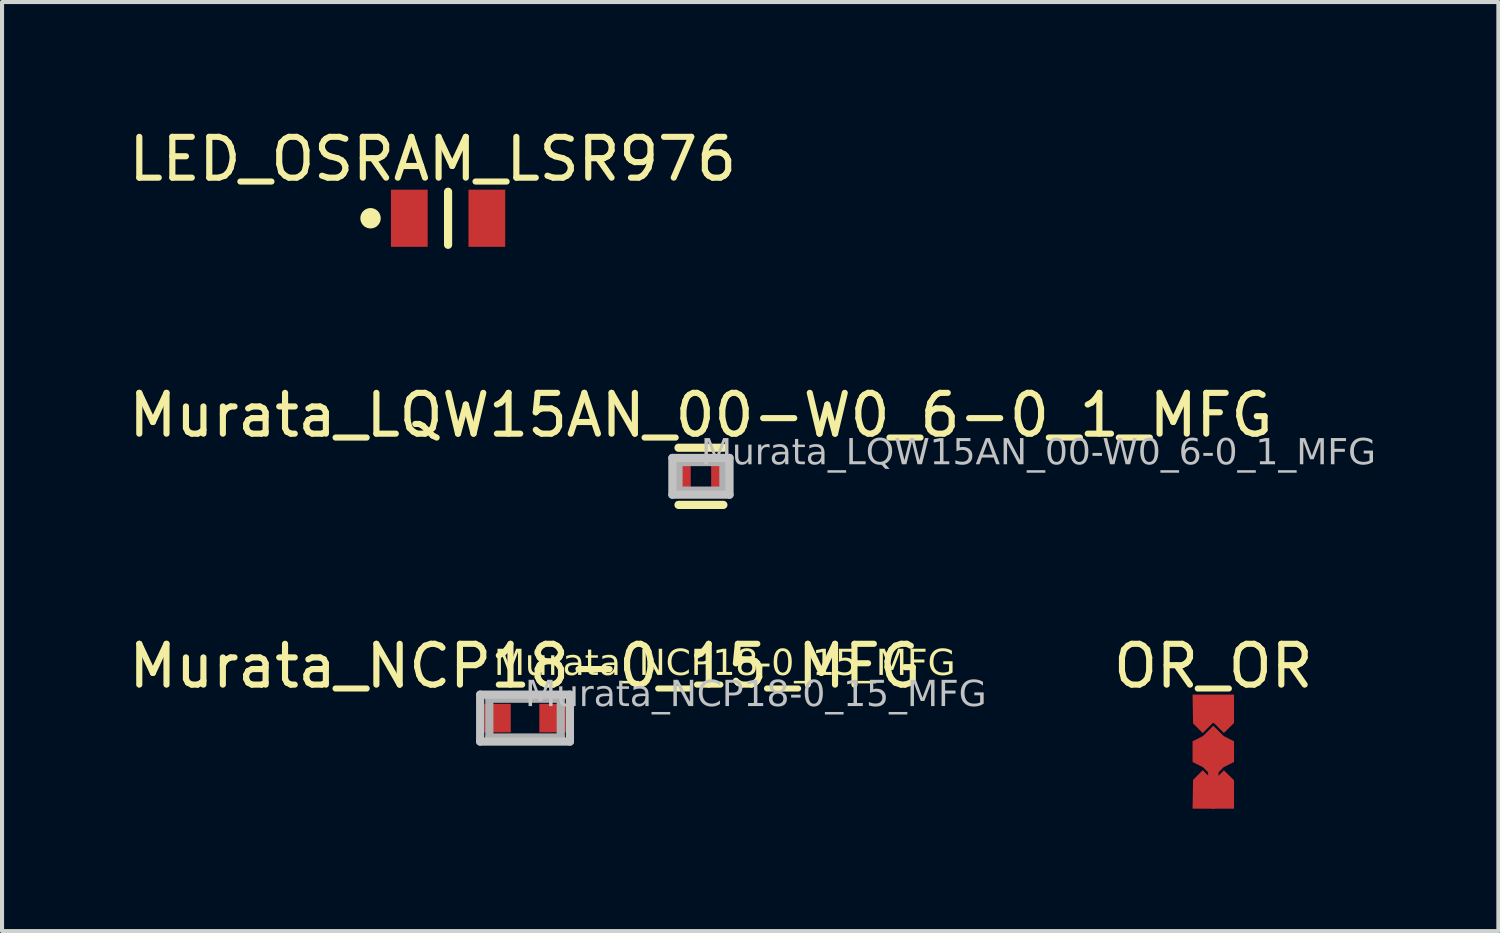
<source format=kicad_pcb>
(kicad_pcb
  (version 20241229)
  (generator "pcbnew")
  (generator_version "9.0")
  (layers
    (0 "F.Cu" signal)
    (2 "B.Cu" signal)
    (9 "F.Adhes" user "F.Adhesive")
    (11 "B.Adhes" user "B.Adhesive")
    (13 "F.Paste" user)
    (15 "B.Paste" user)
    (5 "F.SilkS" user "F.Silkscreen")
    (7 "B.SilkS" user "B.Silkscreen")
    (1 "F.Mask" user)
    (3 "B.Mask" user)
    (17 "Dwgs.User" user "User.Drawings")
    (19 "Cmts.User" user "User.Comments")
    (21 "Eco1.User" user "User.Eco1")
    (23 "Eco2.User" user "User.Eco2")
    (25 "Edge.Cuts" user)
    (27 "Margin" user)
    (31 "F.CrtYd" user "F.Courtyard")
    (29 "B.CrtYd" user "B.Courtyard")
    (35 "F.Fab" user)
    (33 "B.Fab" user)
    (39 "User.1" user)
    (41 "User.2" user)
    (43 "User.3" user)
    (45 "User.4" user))
  (footprint "OR_OR"
    (layer "F.Cu")
    (at 26.679 15.367)
    (property "Reference" "OR_OR" (at 0 -2.097 0) (layer "F.SilkS") (effects (font (size 1 1) (thickness 0.15))))
    (fp_line (start 0 1.27) (end 0 0) (stroke (width 0.254) (type solid)) (layer "F.Cu"))
    (fp_rect (start -0.381 1.27) (end 0.381 -1.27) (stroke (width 0) (type default)) (fill yes) (layer "F.Mask"))
    (pad "" smd custom (at 0.508 -1.397) (size 0.000001 0.000001) (layers "F.Cu") (options (anchor circle)) (primitives (gr_poly (pts (xy 0 0) (xy 0 0.696) (xy -0.249 0.939) (xy -0.493 0.695) (xy -0.52 0.695) (xy -0.52 0.696) (xy -0.767 0.943) (xy -1.004 0.705) (xy -1.016 0)) (width 0) (fill yes))))
    (pad "" smd custom (at 0.508 -0.254) (size 0.000001 0.000001) (layers "F.Cu") (options (anchor circle)) (primitives (gr_poly (pts (xy 0 0) (xy -0.254 -0.127) (xy -0.508 -0.381) (xy -0.762 -0.127) (xy -1.016 0) (xy -1.016 0.508) (xy -0.762 0.635) (xy -0.508 0.889) (xy -0.254 0.635) (xy 0 0.508)) (width 0) (fill yes))))
    (pad "" smd custom (at 0.508 1.397) (size 0.000001 0.000001) (layers "F.Cu") (options (anchor circle)) (primitives (gr_poly (pts (xy 0 0) (xy 0 -0.696) (xy -0.249 -0.939) (xy -0.493 -0.695) (xy -0.52 -0.695) (xy -0.52 -0.696) (xy -0.767 -0.943) (xy -1.004 -0.705) (xy -1.016 0)) (width 0) (fill yes))))
    (pad "0" smd rect (at 0 0) (size 0.5 0.2) (layers "F.Cu" "F.Mask" "F.Paste"))
    (pad "1" smd rect (at 0 -1.27) (size 0.5 0.2) (layers "F.Cu" "F.Mask" "F.Paste"))
    (pad "2" smd rect (at 0 1.27) (size 0.5 0.2) (layers "F.Cu" "F.Mask" "F.Paste")))
  (footprint "Murata_NCP18-0_15_MFG"
    (layer "F.Cu")
    (at 9.815 14.545)
    (property "Reference" "Murata_NCP18-0_15_MFG" (at 0 -1.275 0) (layer "F.SilkS") (effects (font (size 1 1) (thickness 0.15))))
    (fp_line (start -1.1 -0.575) (end 1.1 -0.575) (stroke (width 0.2) (type solid)) (layer "Dwgs.User"))
    (fp_line (start -1.1 0.575) (end -1.1 -0.575) (stroke (width 0.2) (type solid)) (layer "Dwgs.User"))
    (fp_line (start -1.1 0.575) (end 1.1 0.575) (stroke (width 0.2) (type solid)) (layer "Dwgs.User"))
    (fp_line (start 1.1 0.575) (end 1.1 -0.575) (stroke (width 0.2) (type solid)) (layer "Dwgs.User"))
    (fp_line (start -1.1 -0.575) (end 1.1 -0.575) (stroke (width 0.2) (type solid)) (layer "Eco2.User"))
    (fp_line (start -1.1 0.575) (end -1.1 -0.575) (stroke (width 0.2) (type solid)) (layer "Eco2.User"))
    (fp_line (start -1.1 0.575) (end 1.1 0.575) (stroke (width 0.2) (type solid)) (layer "Eco2.User"))
    (fp_line (start -0.5 0) (end 0.5 0) (stroke (width 0.1) (type solid)) (layer "Eco2.User"))
    (fp_line (start 0 0.5) (end 0 -0.5) (stroke (width 0.1) (type solid)) (layer "Eco2.User"))
    (fp_line (start 1.1 0.575) (end 1.1 -0.575) (stroke (width 0.2) (type solid)) (layer "Eco2.User"))
    (fp_line (start -0.875 -0.475) (end 0.875 -0.475) (stroke (width 0.2) (type solid)) (layer "F.Fab"))
    (fp_line (start -0.875 0.475) (end -0.875 -0.475) (stroke (width 0.2) (type solid)) (layer "F.Fab"))
    (fp_line (start -0.875 0.475) (end 0.875 0.475) (stroke (width 0.2) (type solid)) (layer "F.Fab"))
    (fp_line (start 0.875 0.475) (end 0.875 -0.475) (stroke (width 0.2) (type solid)) (layer "F.Fab"))
    (fp_text user "${REFERENCE}" (at -0.762 -0.95 0) (unlocked yes) (layer "F.SilkS") (effects (font (face "Arial") (size 0.63 0.63) (thickness 0.1)) (justify left bottom)))
    (fp_text user "${REFERENCE}" (at -0.00001 -0.188 0) (unlocked yes) (layer "Dwgs.User") (effects (font (face "Arial") (size 0.63 0.63) (thickness 0.1)) (justify left bottom)))
    (pad "1" smd rect (at -0.675 0) (size 0.65 0.7) (layers "F.Cu" "F.Mask" "F.Paste"))
    (pad "2" smd rect (at 0.675 0) (size 0.65 0.7) (layers "F.Cu" "F.Mask" "F.Paste")))
  (footprint "Murata_LQW15AN_00-W0_6-0_1_MFG"
    (layer "F.Cu")
    (at 14.125 8.621)
    (property "Reference" "Murata_LQW15AN_00-W0_6-0_1_MFG" (at 0 -1.5 0) (layer "F.SilkS") (effects (font (size 1 1) (thickness 0.15))))
    (fp_line (start -0.55 -0.7) (end 0.55 -0.7) (stroke (width 0.2) (type solid)) (layer "F.SilkS"))
    (fp_line (start -0.55 0.7) (end 0.55 0.7) (stroke (width 0.2) (type solid)) (layer "F.SilkS"))
    (fp_line (start -0.7 -0.45) (end 0.7 -0.45) (stroke (width 0.2) (type solid)) (layer "Dwgs.User"))
    (fp_line (start -0.7 0.45) (end -0.7 -0.45) (stroke (width 0.2) (type solid)) (layer "Dwgs.User"))
    (fp_line (start -0.7 0.45) (end 0.7 0.45) (stroke (width 0.2) (type solid)) (layer "Dwgs.User"))
    (fp_line (start 0.7 0.45) (end 0.7 -0.45) (stroke (width 0.2) (type solid)) (layer "Dwgs.User"))
    (fp_line (start -0.7 -0.45) (end 0.7 -0.45) (stroke (width 0.2) (type solid)) (layer "Eco2.User"))
    (fp_line (start -0.7 0.45) (end -0.7 -0.45) (stroke (width 0.2) (type solid)) (layer "Eco2.User"))
    (fp_line (start -0.7 0.45) (end 0.7 0.45) (stroke (width 0.2) (type solid)) (layer "Eco2.User"))
    (fp_line (start -0.5 0) (end 0.5 0) (stroke (width 0.1) (type solid)) (layer "Eco2.User"))
    (fp_line (start 0 0.5) (end 0 -0.5) (stroke (width 0.1) (type solid)) (layer "Eco2.User"))
    (fp_line (start 0.7 0.45) (end 0.7 -0.45) (stroke (width 0.2) (type solid)) (layer "Eco2.User"))
    (fp_line (start -0.55 -0.35) (end 0.55 -0.35) (stroke (width 0.2) (type solid)) (layer "F.Fab"))
    (fp_line (start -0.55 0.35) (end -0.55 -0.35) (stroke (width 0.2) (type solid)) (layer "F.Fab"))
    (fp_line (start -0.55 0.35) (end 0.55 0.35) (stroke (width 0.2) (type solid)) (layer "F.Fab"))
    (fp_line (start 0.55 0.35) (end 0.55 -0.35) (stroke (width 0.2) (type solid)) (layer "F.Fab"))
    (fp_text user "${REFERENCE}" (at -0.00001 -0.188 0) (unlocked yes) (layer "Dwgs.User") (effects (font (face "Arial") (size 0.63 0.63) (thickness 0.1)) (justify left bottom)))
    (pad "1" smd rect (at -0.425 0) (size 0.35 0.65) (layers "F.Cu" "F.Mask" "F.Paste"))
    (pad "2" smd rect (at 0.425 0) (size 0.35 0.65) (layers "F.Cu" "F.Mask" "F.Paste")))
  (footprint "LED_OSRAM_LSR976"
    (layer "F.Cu")
    (at 7.929 2.298)
    (property "Reference" "LED_OSRAM_LSR976" (at -0.375 -1.45 0) (layer "F.SilkS") (effects (font (size 1 1) (thickness 0.15))))
    (fp_line (start 0 0.65) (end 0 -0.65) (stroke (width 0.2) (type solid)) (layer "F.SilkS"))
    (fp_circle (center -1.9 0) (end -1.9 -0.125) (stroke (width 0.25) (type solid)) (fill no) (layer "F.SilkS"))
    (fp_line (start -1.65 -0.95) (end 1.65 -0.95) (stroke (width 0.05) (type solid)) (layer "Eco2.User"))
    (fp_line (start -1.65 0.95) (end -1.65 -0.95) (stroke (width 0.05) (type solid)) (layer "Eco2.User"))
    (fp_line (start -1.65 0.95) (end 1.65 0.95) (stroke (width 0.05) (type solid)) (layer "Eco2.User"))
    (fp_line (start -1.6 -0.9) (end 1.6 -0.9) (stroke (width 0.1) (type solid)) (layer "Eco2.User"))
    (fp_line (start -1.6 0.9) (end -1.6 -0.9) (stroke (width 0.1) (type solid)) (layer "Eco2.User"))
    (fp_line (start -1.6 0.9) (end 1.6 0.9) (stroke (width 0.1) (type solid)) (layer "Eco2.User"))
    (fp_line (start -1.5 0.9) (end -1.5 -0.9) (stroke (width 0.1) (type solid)) (layer "Eco2.User"))
    (fp_line (start -1.4 0.9) (end -1.4 -0.9) (stroke (width 0.1) (type solid)) (layer "Eco2.User"))
    (fp_line (start -1.3 0.9) (end -1.3 -0.9) (stroke (width 0.1) (type solid)) (layer "Eco2.User"))
    (fp_line (start -1.2 0.9) (end -1.2 -0.9) (stroke (width 0.1) (type solid)) (layer "Eco2.User"))
    (fp_line (start -1.1 0.9) (end -1.1 -0.9) (stroke (width 0.1) (type solid)) (layer "Eco2.User"))
    (fp_line (start -1 0.9) (end -1 -0.9) (stroke (width 0.1) (type solid)) (layer "Eco2.User"))
    (fp_line (start -0.9 0.9) (end -0.9 -0.9) (stroke (width 0.1) (type solid)) (layer "Eco2.User"))
    (fp_line (start -0.5 0) (end 0.5 0) (stroke (width 0.05) (type solid)) (layer "Eco2.User"))
    (fp_line (start 0 0.5) (end 0 -0.5) (stroke (width 0.05) (type solid)) (layer "Eco2.User"))
    (fp_line (start 1.6 0.9) (end 1.6 -0.9) (stroke (width 0.1) (type solid)) (layer "Eco2.User"))
    (fp_line (start 1.65 0.95) (end 1.65 -0.95) (stroke (width 0.05) (type solid)) (layer "Eco2.User"))
    (pad "1" smd rect (at -0.95 0 90) (size 1.4 0.9) (layers "F.Cu" "F.Mask" "F.Paste"))
    (pad "2" smd rect (at 0.95 0 90) (size 1.4 0.9) (layers "F.Cu" "F.Mask" "F.Paste")))
  (gr_rect
    (start -3 -3)
    (end 33.664 19.764)
    (stroke (width 0.1) (type default))
    (fill no)
    (layer "Edge.Cuts")))
</source>
